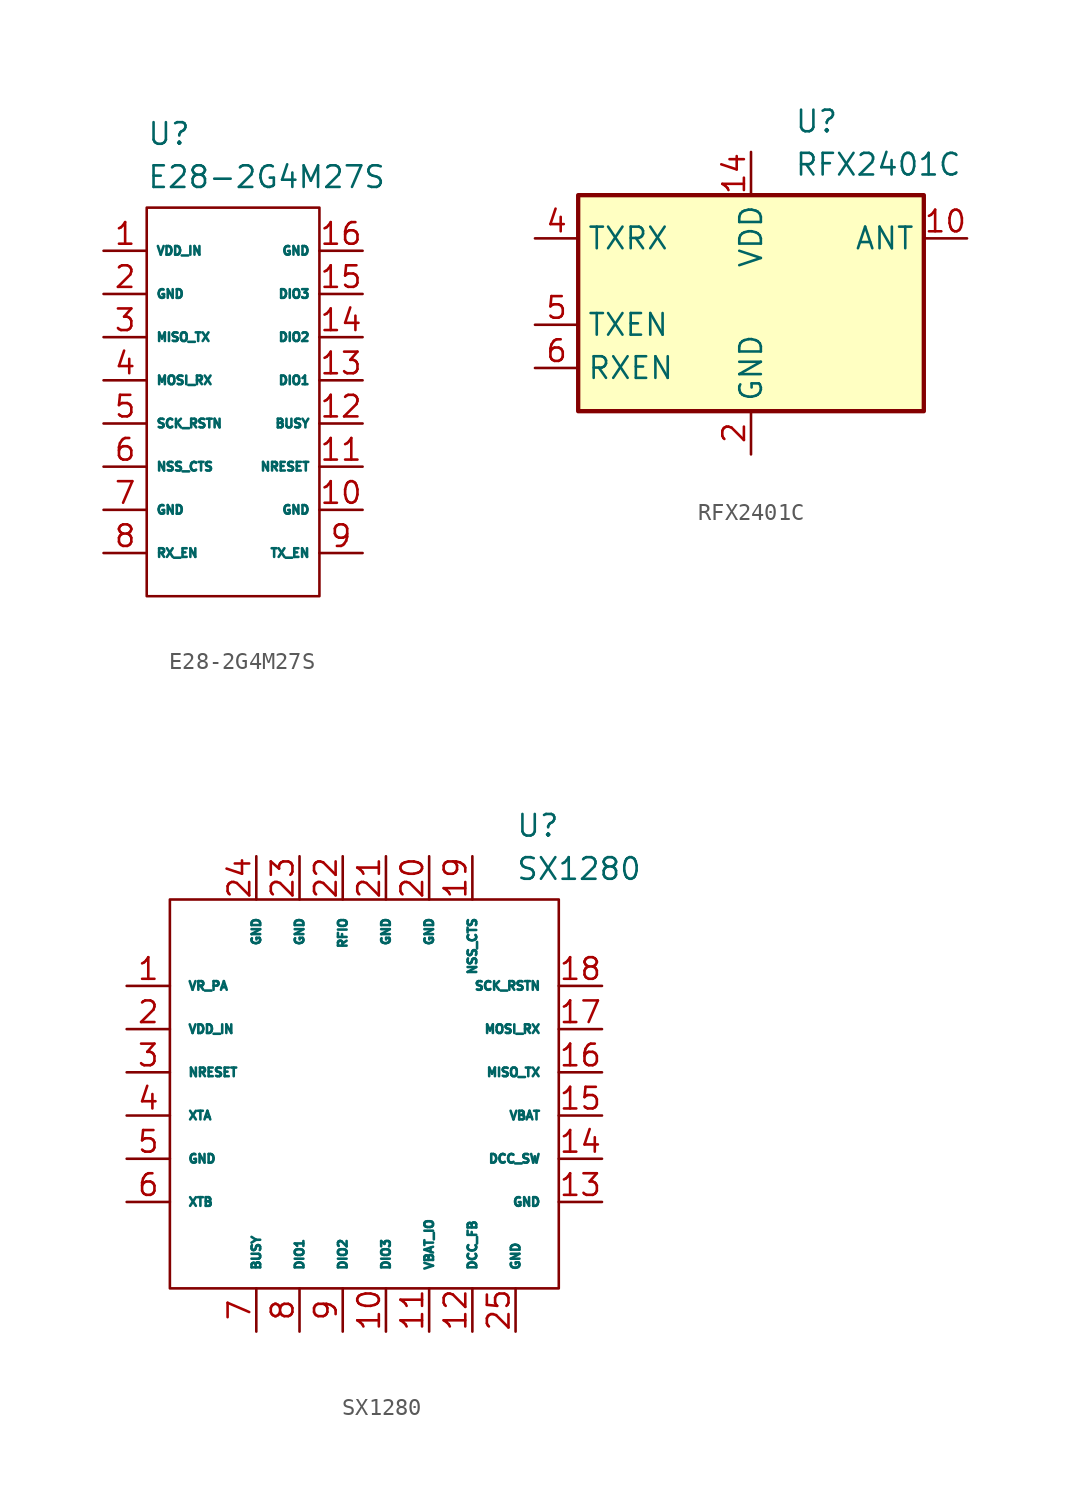
<source format=kicad_sym>
(kicad_symbol_lib
  (version 20241209)
  (generator "kicad_symbol_editor")
  (generator_version "9.0")
  (symbol "E28-2G4M27S"
    (property "Reference" "U"
      (at 2.54 7.62 0)
      (effects (font (size 1.27 1.27)) (justify left top)))
    (property "Value" "E28-2G4M27S"
      (at 2.54 5.08 0)
      (effects (font (size 1.27 1.27)) (justify left top)))
    (symbol "E28-2G4M27S_0_1"
      (rectangle (start 2.54 2.54) (end 12.7 -20.32) (stroke (width 0.152) (type default)) (fill (type none))))
    (symbol "E28-2G4M27S_1_1"
      (pin power_in line (at 0 0 0) (length 2.54) (name "VDD_IN" (effects (font (size 0.508 0.508)))) (number "1" (effects (font (size 1.27 1.27)))))
      (pin power_in line (at 0 -2.54 0) (length 2.54) (name "GND" (effects (font (size 0.508 0.508)))) (number "2" (effects (font (size 1.27 1.27)))))
      (pin output line (at 0 -5.08 0) (length 2.54) (name "MISO_TX" (effects (font (size 0.508 0.508)))) (number "3" (effects (font (size 1.27 1.27)))))
      (pin input line (at 0 -7.62 0) (length 2.54) (name "MOSI_RX" (effects (font (size 0.508 0.508)))) (number "4" (effects (font (size 1.27 1.27)))))
      (pin input line (at 0 -10.16 0) (length 2.54) (name "SCK_RSTN" (effects (font (size 0.508 0.508)))) (number "5" (effects (font (size 1.27 1.27)))))
      (pin input line (at 0 -12.7 0) (length 2.54) (name "NSS_CTS" (effects (font (size 0.508 0.508)))) (number "6" (effects (font (size 1.27 1.27)))))
      (pin power_in line (at 0 -15.24 0) (length 2.54) (name "GND" (effects (font (size 0.508 0.508)))) (number "7" (effects (font (size 1.27 1.27)))))
      (pin input line (at 0 -17.78 0) (length 2.54) (name "RX_EN" (effects (font (size 0.508 0.508)))) (number "8" (effects (font (size 1.27 1.27)))))
      (pin power_in line (at 15.24 0 180) (length 2.54) (name "GND" (effects (font (size 0.508 0.508)))) (number "16" (effects (font (size 1.27 1.27)))))
      (pin bidirectional line (at 15.24 -2.54 180) (length 2.54) (name "DIO3" (effects (font (size 0.508 0.508)))) (number "15" (effects (font (size 1.27 1.27)))))
      (pin bidirectional line (at 15.24 -5.08 180) (length 2.54) (name "DIO2" (effects (font (size 0.508 0.508)))) (number "14" (effects (font (size 1.27 1.27)))))
      (pin bidirectional line (at 15.24 -7.62 180) (length 2.54) (name "DIO1" (effects (font (size 0.508 0.508)))) (number "13" (effects (font (size 1.27 1.27)))))
      (pin output line (at 15.24 -10.16 180) (length 2.54) (name "BUSY" (effects (font (size 0.508 0.508)))) (number "12" (effects (font (size 1.27 1.27)))))
      (pin input line (at 15.24 -12.7 180) (length 2.54) (name "NRESET" (effects (font (size 0.508 0.508)))) (number "11" (effects (font (size 1.27 1.27)))))
      (pin power_in line (at 15.24 -15.24 180) (length 2.54) (name "GND" (effects (font (size 0.508 0.508)))) (number "10" (effects (font (size 1.27 1.27)))))
      (pin input line (at 15.24 -17.78 180) (length 2.54) (name "TX_EN" (effects (font (size 0.508 0.508)))) (number "9" (effects (font (size 1.27 1.27)))))))
  (symbol "RFX2401C"
    (property "Reference" "U"
      (at 15.24 7.62 0)
      (effects (font (size 1.27 1.27)) (justify left top)))
    (property "Value" "RFX2401C"
      (at 15.24 5.08 0)
      (effects (font (size 1.27 1.27)) (justify left top)))
    (symbol "RFX2401C_1_1"
      (rectangle (start 2.54 2.54) (end 22.86 -10.16) (stroke (width 0.254) (type default)) (fill (type background)))
      (pin passive line (at 0 0 0) (length 2.54) (name "TXRX" (effects (font (size 1.27 1.27)))) (number "4" (effects (font (size 1.27 1.27)))))
      (pin passive line (at 0 -5.08 0) (length 2.54) (name "TXEN" (effects (font (size 1.27 1.27)))) (number "5" (effects (font (size 1.27 1.27)))))
      (pin passive line (at 0 -7.62 0) (length 2.54) (name "RXEN" (effects (font (size 1.27 1.27)))) (number "6" (effects (font (size 1.27 1.27)))))
      (pin passive line (at 12.7 5.08 270) (length 2.54) (name "VDD" (effects (font (size 1.27 1.27)))) (number "14" (effects (font (size 1.27 1.27)))))
      (pin passive line (at 12.7 5.08 270) (length 2.54) (hide yes) (name "VDD_2" (effects (font (size 1.27 1.27)))) (number "16" (effects (font (size 1.27 1.27)))))
      (pin passive line (at 12.7 -12.7 90) (length 2.54) (hide yes) (name "GND_5" (effects (font (size 1.27 1.27)))) (number "11" (effects (font (size 1.27 1.27)))))
      (pin passive line (at 12.7 -12.7 90) (length 2.54) (hide yes) (name "GND_6" (effects (font (size 1.27 1.27)))) (number "17" (effects (font (size 1.27 1.27)))))
      (pin passive line (at 12.7 -12.7 90) (length 2.54) (name "GND" (effects (font (size 1.27 1.27)))) (number "2" (effects (font (size 1.27 1.27)))))
      (pin passive line (at 12.7 -12.7 90) (length 2.54) (hide yes) (name "GND_2" (effects (font (size 1.27 1.27)))) (number "3" (effects (font (size 1.27 1.27)))))
      (pin passive line (at 12.7 -12.7 90) (length 2.54) (hide yes) (name "GND_3" (effects (font (size 1.27 1.27)))) (number "8" (effects (font (size 1.27 1.27)))))
      (pin passive line (at 12.7 -12.7 90) (length 2.54) (hide yes) (name "GND_4" (effects (font (size 1.27 1.27)))) (number "9" (effects (font (size 1.27 1.27)))))
      (pin passive line (at 25.4 0 180) (length 2.54) (name "ANT" (effects (font (size 1.27 1.27)))) (number "10" (effects (font (size 1.27 1.27)))))
      (pin no_connect line (at 25.4 -7.62 180) (length 2.54) (hide yes) (name "N/C_1" (effects (font (size 1.27 1.27)))) (number "1" (effects (font (size 1.27 1.27)))))
      (pin no_connect line (at 25.4 -7.62 180) (length 2.54) (hide yes) (name "N/C_3" (effects (font (size 1.27 1.27)))) (number "12" (effects (font (size 1.27 1.27)))))
      (pin no_connect line (at 25.4 -7.62 180) (length 2.54) (hide yes) (name "DNC" (effects (font (size 1.27 1.27)))) (number "13" (effects (font (size 1.27 1.27)))))
      (pin no_connect line (at 25.4 -7.62 180) (length 2.54) (hide yes) (name "N/C_4" (effects (font (size 1.27 1.27)))) (number "15" (effects (font (size 1.27 1.27)))))
      (pin no_connect line (at 25.4 -7.62 180) (length 2.54) (hide yes) (name "N/C_2" (effects (font (size 1.27 1.27)))) (number "7" (effects (font (size 1.27 1.27)))))))
  (symbol "SX1280"
    (pin_names
      (offset 1.016))
    (property "Reference" "U"
      (at 22.86 10.16 0)
      (effects (font (size 1.27 1.27)) (justify left top)))
    (property "Value" "SX1280"
      (at 22.86 7.62 0)
      (effects (font (size 1.27 1.27)) (justify left top)))
    (symbol "SX1280_0_1"
      (rectangle (start 2.54 5.08) (end 25.4 -17.78) (stroke (width 0) (type default)) (fill (type none))))
    (symbol "SX1280_1_1"
      (pin bidirectional line (at 0 0 0) (length 2.54) (name "VR_PA" (effects (font (size 0.508 0.508)))) (number "1" (effects (font (size 1.27 1.27)))))
      (pin power_in line (at 0 -2.54 0) (length 2.54) (name "VDD_IN" (effects (font (size 0.508 0.508)))) (number "2" (effects (font (size 1.27 1.27)))))
      (pin input line (at 0 -5.08 0) (length 2.54) (name "NRESET" (effects (font (size 0.508 0.508)))) (number "3" (effects (font (size 1.27 1.27)))))
      (pin bidirectional line (at 0 -7.62 0) (length 2.54) (name "XTA" (effects (font (size 0.508 0.508)))) (number "4" (effects (font (size 1.27 1.27)))))
      (pin power_in line (at 0 -10.16 0) (length 2.54) (name "GND" (effects (font (size 0.508 0.508)))) (number "5" (effects (font (size 1.27 1.27)))))
      (pin bidirectional line (at 0 -12.7 0) (length 2.54) (name "XTB" (effects (font (size 0.508 0.508)))) (number "6" (effects (font (size 1.27 1.27)))))
      (pin power_in line (at 7.62 7.62 270) (length 2.54) (name "GND" (effects (font (size 0.508 0.508)))) (number "24" (effects (font (size 1.27 1.27)))))
      (pin output line (at 7.62 -20.32 90) (length 2.54) (name "BUSY" (effects (font (size 0.508 0.508)))) (number "7" (effects (font (size 1.27 1.27)))))
      (pin power_in line (at 10.16 7.62 270) (length 2.54) (name "GND" (effects (font (size 0.508 0.508)))) (number "23" (effects (font (size 1.27 1.27)))))
      (pin bidirectional line (at 10.16 -20.32 90) (length 2.54) (name "DIO1" (effects (font (size 0.508 0.508)))) (number "8" (effects (font (size 1.27 1.27)))))
      (pin bidirectional line (at 12.7 7.62 270) (length 2.54) (name "RFIO" (effects (font (size 0.508 0.508)))) (number "22" (effects (font (size 1.27 1.27)))))
      (pin bidirectional line (at 12.7 -20.32 90) (length 2.54) (name "DIO2" (effects (font (size 0.508 0.508)))) (number "9" (effects (font (size 1.27 1.27)))))
      (pin power_in line (at 15.24 7.62 270) (length 2.54) (name "GND" (effects (font (size 0.508 0.508)))) (number "21" (effects (font (size 1.27 1.27)))))
      (pin bidirectional line (at 15.24 -20.32 90) (length 2.54) (name "DIO3" (effects (font (size 0.508 0.508)))) (number "10" (effects (font (size 1.27 1.27)))))
      (pin power_in line (at 17.78 7.62 270) (length 2.54) (name "GND" (effects (font (size 0.508 0.508)))) (number "20" (effects (font (size 1.27 1.27)))))
      (pin power_in line (at 17.78 -20.32 90) (length 2.54) (name "VBAT_IO" (effects (font (size 0.508 0.508)))) (number "11" (effects (font (size 1.27 1.27)))))
      (pin input line (at 20.32 7.62 270) (length 2.54) (name "NSS_CTS" (effects (font (size 0.508 0.508)))) (number "19" (effects (font (size 1.27 1.27)))))
      (pin output line (at 20.32 -20.32 90) (length 2.54) (name "DCC_FB" (effects (font (size 0.508 0.508)))) (number "12" (effects (font (size 1.27 1.27)))))
      (pin power_in line (at 22.86 -20.32 90) (length 2.54) (name "GND" (effects (font (size 0.508 0.508)))) (number "25" (effects (font (size 1.27 1.27)))))
      (pin input line (at 27.94 0 180) (length 2.54) (name "SCK_RSTN" (effects (font (size 0.508 0.508)))) (number "18" (effects (font (size 1.27 1.27)))))
      (pin input line (at 27.94 -2.54 180) (length 2.54) (name "MOSI_RX" (effects (font (size 0.508 0.508)))) (number "17" (effects (font (size 1.27 1.27)))))
      (pin output line (at 27.94 -5.08 180) (length 2.54) (name "MISO_TX" (effects (font (size 0.508 0.508)))) (number "16" (effects (font (size 1.27 1.27)))))
      (pin power_in line (at 27.94 -7.62 180) (length 2.54) (name "VBAT" (effects (font (size 0.508 0.508)))) (number "15" (effects (font (size 1.27 1.27)))))
      (pin output line (at 27.94 -10.16 180) (length 2.54) (name "DCC_SW" (effects (font (size 0.508 0.508)))) (number "14" (effects (font (size 1.27 1.27)))))
      (pin power_in line (at 27.94 -12.7 180) (length 2.54) (name "GND" (effects (font (size 0.508 0.508)))) (number "13" (effects (font (size 1.27 1.27))))))))
</source>
